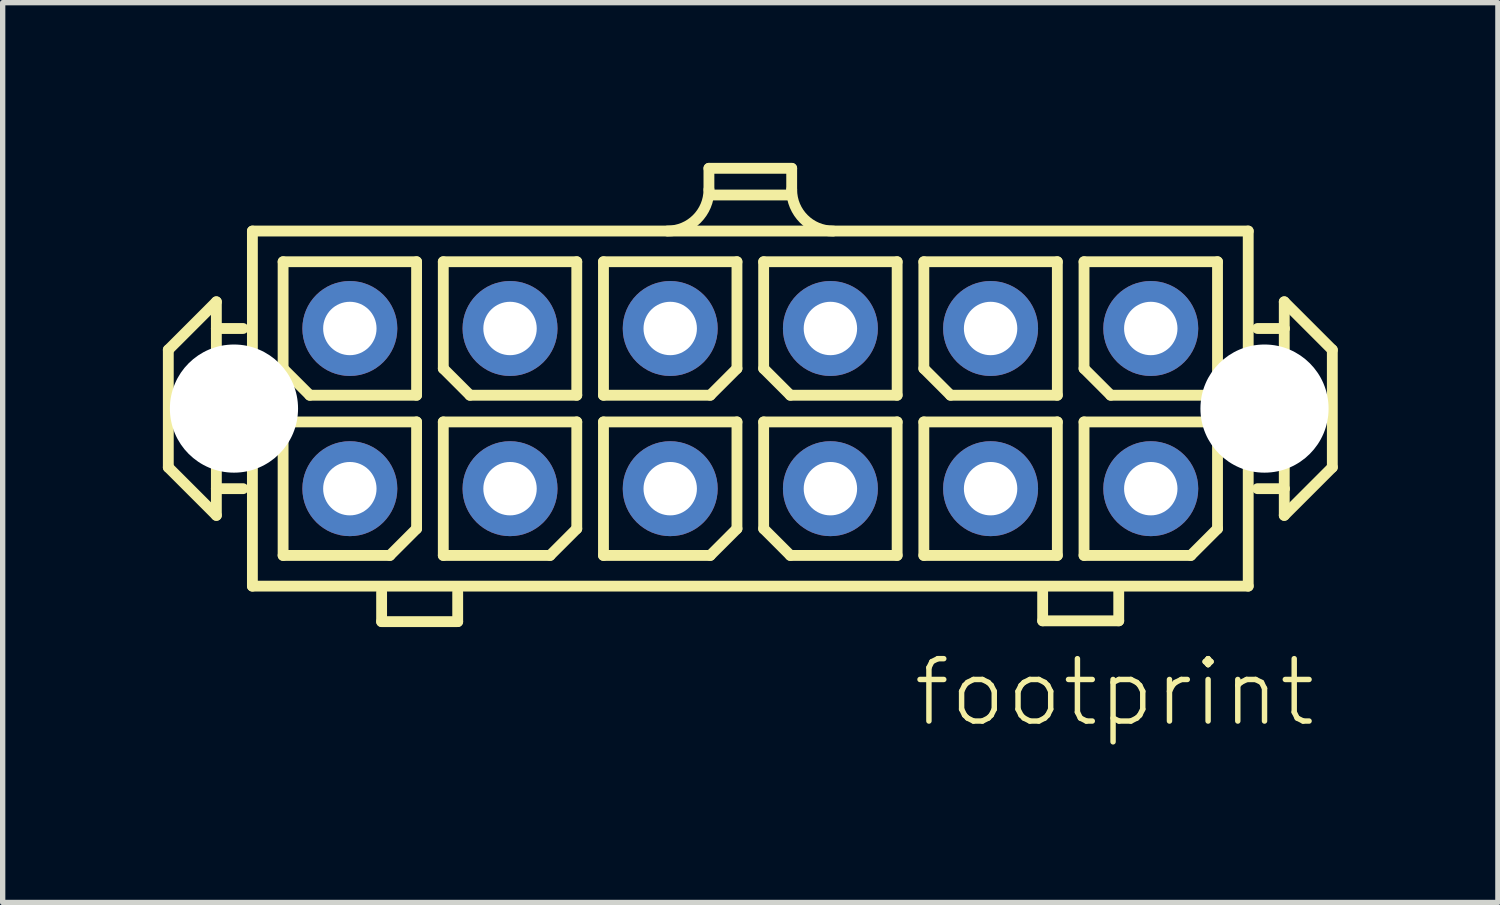
<source format=kicad_pcb>
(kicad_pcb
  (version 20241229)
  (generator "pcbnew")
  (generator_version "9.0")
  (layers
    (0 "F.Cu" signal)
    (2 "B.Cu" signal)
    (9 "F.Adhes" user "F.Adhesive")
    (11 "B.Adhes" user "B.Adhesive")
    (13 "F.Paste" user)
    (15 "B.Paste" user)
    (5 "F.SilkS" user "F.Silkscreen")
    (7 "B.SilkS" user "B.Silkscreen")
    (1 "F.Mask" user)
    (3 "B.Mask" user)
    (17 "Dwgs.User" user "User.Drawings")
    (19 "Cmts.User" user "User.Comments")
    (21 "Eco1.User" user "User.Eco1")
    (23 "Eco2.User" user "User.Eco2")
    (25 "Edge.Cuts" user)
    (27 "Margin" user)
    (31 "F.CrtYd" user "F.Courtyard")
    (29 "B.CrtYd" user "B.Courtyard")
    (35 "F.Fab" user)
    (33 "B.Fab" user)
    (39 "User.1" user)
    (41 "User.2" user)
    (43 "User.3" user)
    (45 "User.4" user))
  (footprint "footprint"
    (layer "F.Cu")
    (at 11.002 4.602)
    (property "Reference" "footprint" (at 3 6 0) (layer "F.SilkS") (effects (font (size 1.168 1.168) (thickness 0.102)) (justify left bottom)))
    (fp_line (start -10.9 -1.1) (end -10 -2) (stroke (width 0.203) (type solid)) (layer "F.SilkS"))
    (fp_line (start -10.9 1.1) (end -10.9 -1.1) (stroke (width 0.203) (type solid)) (layer "F.SilkS"))
    (fp_line (start -10 -2) (end -10 -1.5) (stroke (width 0.203) (type solid)) (layer "F.SilkS"))
    (fp_line (start -10 -1.5) (end -10 1.5) (stroke (width 0.203) (type solid)) (layer "F.SilkS"))
    (fp_line (start -10 -1.5) (end -9.5 -1.5) (stroke (width 0.203) (type solid)) (layer "F.SilkS"))
    (fp_line (start -10 1.5) (end -10 2) (stroke (width 0.203) (type solid)) (layer "F.SilkS"))
    (fp_line (start -10 1.5) (end -9.5 1.5) (stroke (width 0.203) (type solid)) (layer "F.SilkS"))
    (fp_line (start -10 2) (end -10.9 1.1) (stroke (width 0.203) (type solid)) (layer "F.SilkS"))
    (fp_line (start -9.325 -3.325) (end 9.325 -3.325) (stroke (width 0.203) (type solid)) (layer "F.SilkS"))
    (fp_line (start -9.325 3.325) (end -9.325 -3.325) (stroke (width 0.203) (type solid)) (layer "F.SilkS"))
    (fp_line (start -8.75 -2.75) (end -8.75 -0.75) (stroke (width 0.203) (type solid)) (layer "F.SilkS"))
    (fp_line (start -8.75 0.25) (end -8.75 2.75) (stroke (width 0.203) (type solid)) (layer "F.SilkS"))
    (fp_line (start -8.75 0.25) (end -6.25 0.25) (stroke (width 0.203) (type solid)) (layer "F.SilkS"))
    (fp_line (start -8.75 2.75) (end -6.75 2.75) (stroke (width 0.203) (type solid)) (layer "F.SilkS"))
    (fp_line (start -8.25 -0.25) (end -8.75 -0.75) (stroke (width 0.203) (type solid)) (layer "F.SilkS"))
    (fp_line (start -8.25 -0.25) (end -6.25 -0.25) (stroke (width 0.203) (type solid)) (layer "F.SilkS"))
    (fp_line (start -6.905 3.99) (end -6.905 3.44) (stroke (width 0.203) (type solid)) (layer "F.SilkS"))
    (fp_line (start -6.75 2.75) (end -6.25 2.25) (stroke (width 0.203) (type solid)) (layer "F.SilkS"))
    (fp_line (start -6.25 -2.75) (end -8.75 -2.75) (stroke (width 0.203) (type solid)) (layer "F.SilkS"))
    (fp_line (start -6.25 -2.75) (end -6.25 -0.25) (stroke (width 0.203) (type solid)) (layer "F.SilkS"))
    (fp_line (start -6.25 0.25) (end -6.25 2.25) (stroke (width 0.203) (type solid)) (layer "F.SilkS"))
    (fp_line (start -5.75 -2.75) (end -5.75 -0.75) (stroke (width 0.203) (type solid)) (layer "F.SilkS"))
    (fp_line (start -5.75 0.25) (end -5.75 2.75) (stroke (width 0.203) (type solid)) (layer "F.SilkS"))
    (fp_line (start -5.75 0.25) (end -3.25 0.25) (stroke (width 0.203) (type solid)) (layer "F.SilkS"))
    (fp_line (start -5.75 2.75) (end -3.75 2.75) (stroke (width 0.203) (type solid)) (layer "F.SilkS"))
    (fp_line (start -5.48 3.99) (end -6.905 3.99) (stroke (width 0.203) (type solid)) (layer "F.SilkS"))
    (fp_line (start -5.48 3.99) (end -5.48 3.44) (stroke (width 0.203) (type solid)) (layer "F.SilkS"))
    (fp_line (start -5.25 -0.25) (end -5.75 -0.75) (stroke (width 0.203) (type solid)) (layer "F.SilkS"))
    (fp_line (start -5.25 -0.25) (end -3.25 -0.25) (stroke (width 0.203) (type solid)) (layer "F.SilkS"))
    (fp_line (start -3.75 2.75) (end -3.25 2.25) (stroke (width 0.203) (type solid)) (layer "F.SilkS"))
    (fp_line (start -3.25 -2.75) (end -5.75 -2.75) (stroke (width 0.203) (type solid)) (layer "F.SilkS"))
    (fp_line (start -3.25 -2.75) (end -3.25 -0.25) (stroke (width 0.203) (type solid)) (layer "F.SilkS"))
    (fp_line (start -3.25 0.25) (end -3.25 2.25) (stroke (width 0.203) (type solid)) (layer "F.SilkS"))
    (fp_line (start -2.75 -2.75) (end -2.75 -0.25) (stroke (width 0.203) (type solid)) (layer "F.SilkS"))
    (fp_line (start -2.75 -0.25) (end -0.75 -0.25) (stroke (width 0.203) (type solid)) (layer "F.SilkS"))
    (fp_line (start -2.75 0.25) (end -2.75 2.75) (stroke (width 0.203) (type solid)) (layer "F.SilkS"))
    (fp_line (start -2.75 0.25) (end -0.25 0.25) (stroke (width 0.203) (type solid)) (layer "F.SilkS"))
    (fp_line (start -2.75 2.75) (end -0.75 2.75) (stroke (width 0.203) (type solid)) (layer "F.SilkS"))
    (fp_line (start -0.775 -4.5) (end 0.775 -4.5) (stroke (width 0.203) (type solid)) (layer "F.SilkS"))
    (fp_line (start -0.775 -4.1) (end -0.775 -4.5) (stroke (width 0.203) (type solid)) (layer "F.SilkS"))
    (fp_line (start -0.75 -0.25) (end -0.25 -0.75) (stroke (width 0.203) (type solid)) (layer "F.SilkS"))
    (fp_line (start -0.75 2.75) (end -0.25 2.25) (stroke (width 0.203) (type solid)) (layer "F.SilkS"))
    (fp_line (start -0.25 -2.75) (end -2.75 -2.75) (stroke (width 0.203) (type solid)) (layer "F.SilkS"))
    (fp_line (start -0.25 -2.75) (end -0.25 -0.75) (stroke (width 0.203) (type solid)) (layer "F.SilkS"))
    (fp_line (start -0.25 0.25) (end -0.25 2.25) (stroke (width 0.203) (type solid)) (layer "F.SilkS"))
    (fp_line (start 0.25 -2.75) (end 0.25 -0.75) (stroke (width 0.203) (type solid)) (layer "F.SilkS"))
    (fp_line (start 0.25 0.25) (end 0.25 2.25) (stroke (width 0.203) (type solid)) (layer "F.SilkS"))
    (fp_line (start 0.25 0.25) (end 2.75 0.25) (stroke (width 0.203) (type solid)) (layer "F.SilkS"))
    (fp_line (start 0.75 -4) (end -0.75 -4) (stroke (width 0.203) (type solid)) (layer "F.SilkS"))
    (fp_line (start 0.75 -0.25) (end 0.25 -0.75) (stroke (width 0.203) (type solid)) (layer "F.SilkS"))
    (fp_line (start 0.75 -0.25) (end 2.75 -0.25) (stroke (width 0.203) (type solid)) (layer "F.SilkS"))
    (fp_line (start 0.75 2.75) (end 0.25 2.25) (stroke (width 0.203) (type solid)) (layer "F.SilkS"))
    (fp_line (start 0.75 2.75) (end 2.75 2.75) (stroke (width 0.203) (type solid)) (layer "F.SilkS"))
    (fp_line (start 0.775 -4.1) (end 0.775 -4.5) (stroke (width 0.203) (type solid)) (layer "F.SilkS"))
    (fp_line (start 2.75 -2.75) (end 0.25 -2.75) (stroke (width 0.203) (type solid)) (layer "F.SilkS"))
    (fp_line (start 2.75 -2.75) (end 2.75 -0.25) (stroke (width 0.203) (type solid)) (layer "F.SilkS"))
    (fp_line (start 2.75 0.25) (end 2.75 2.75) (stroke (width 0.203) (type solid)) (layer "F.SilkS"))
    (fp_line (start 3.25 -2.75) (end 3.25 -0.75) (stroke (width 0.203) (type solid)) (layer "F.SilkS"))
    (fp_line (start 3.25 0.25) (end 3.25 2.75) (stroke (width 0.203) (type solid)) (layer "F.SilkS"))
    (fp_line (start 3.25 0.25) (end 5.75 0.25) (stroke (width 0.203) (type solid)) (layer "F.SilkS"))
    (fp_line (start 3.25 2.75) (end 5.75 2.75) (stroke (width 0.203) (type solid)) (layer "F.SilkS"))
    (fp_line (start 3.75 -0.25) (end 3.25 -0.75) (stroke (width 0.203) (type solid)) (layer "F.SilkS"))
    (fp_line (start 3.75 -0.25) (end 5.75 -0.25) (stroke (width 0.203) (type solid)) (layer "F.SilkS"))
    (fp_line (start 5.475 3.975) (end 5.475 3.425) (stroke (width 0.203) (type solid)) (layer "F.SilkS"))
    (fp_line (start 5.75 -2.75) (end 3.25 -2.75) (stroke (width 0.203) (type solid)) (layer "F.SilkS"))
    (fp_line (start 5.75 -2.75) (end 5.75 -0.25) (stroke (width 0.203) (type solid)) (layer "F.SilkS"))
    (fp_line (start 5.75 0.25) (end 5.75 2.75) (stroke (width 0.203) (type solid)) (layer "F.SilkS"))
    (fp_line (start 6.25 -2.75) (end 6.25 -0.75) (stroke (width 0.203) (type solid)) (layer "F.SilkS"))
    (fp_line (start 6.25 0.25) (end 6.25 2.75) (stroke (width 0.203) (type solid)) (layer "F.SilkS"))
    (fp_line (start 6.25 0.25) (end 8.75 0.25) (stroke (width 0.203) (type solid)) (layer "F.SilkS"))
    (fp_line (start 6.25 2.75) (end 8.25 2.75) (stroke (width 0.203) (type solid)) (layer "F.SilkS"))
    (fp_line (start 6.75 -0.25) (end 6.25 -0.75) (stroke (width 0.203) (type solid)) (layer "F.SilkS"))
    (fp_line (start 6.75 -0.25) (end 8.75 -0.25) (stroke (width 0.203) (type solid)) (layer "F.SilkS"))
    (fp_line (start 6.9 3.975) (end 5.475 3.975) (stroke (width 0.203) (type solid)) (layer "F.SilkS"))
    (fp_line (start 6.9 3.975) (end 6.9 3.425) (stroke (width 0.203) (type solid)) (layer "F.SilkS"))
    (fp_line (start 8.25 2.75) (end 8.75 2.25) (stroke (width 0.203) (type solid)) (layer "F.SilkS"))
    (fp_line (start 8.75 -2.75) (end 6.25 -2.75) (stroke (width 0.203) (type solid)) (layer "F.SilkS"))
    (fp_line (start 8.75 -0.25) (end 8.75 -2.75) (stroke (width 0.203) (type solid)) (layer "F.SilkS"))
    (fp_line (start 8.75 2.25) (end 8.75 0.25) (stroke (width 0.203) (type solid)) (layer "F.SilkS"))
    (fp_line (start 9.325 -3.325) (end 9.325 3.325) (stroke (width 0.203) (type solid)) (layer "F.SilkS"))
    (fp_line (start 9.325 3.325) (end -9.325 3.325) (stroke (width 0.203) (type solid)) (layer "F.SilkS"))
    (fp_line (start 10 -2) (end 10 -1.5) (stroke (width 0.203) (type solid)) (layer "F.SilkS"))
    (fp_line (start 10 -2) (end 10.9 -1.1) (stroke (width 0.203) (type solid)) (layer "F.SilkS"))
    (fp_line (start 10 -1.5) (end 9.5 -1.5) (stroke (width 0.203) (type solid)) (layer "F.SilkS"))
    (fp_line (start 10 -1.5) (end 10 1.5) (stroke (width 0.203) (type solid)) (layer "F.SilkS"))
    (fp_line (start 10 1.5) (end 9.5 1.5) (stroke (width 0.203) (type solid)) (layer "F.SilkS"))
    (fp_line (start 10 1.5) (end 10 2) (stroke (width 0.203) (type solid)) (layer "F.SilkS"))
    (fp_line (start 10.9 -1.1) (end 10.9 1.1) (stroke (width 0.203) (type solid)) (layer "F.SilkS"))
    (fp_line (start 10.9 1.1) (end 10 2) (stroke (width 0.203) (type solid)) (layer "F.SilkS"))
    (fp_arc (start -0.775 -4.1) (mid -1.001992 -3.551992) (end -1.55 -3.325) (stroke (width 0.2032) (type solid)) (layer "F.SilkS"))
    (fp_arc (start 1.55 -3.325) (mid 1.001992 -3.551992) (end 0.775 -4.1) (stroke (width 0.2032) (type solid)) (layer "F.SilkS"))
    (pad "" np_thru_hole circle (at -9.67 0) (size 2.4 2.4) (drill 2.4) (layers "*.Cu" "*.Mask"))
    (pad "" np_thru_hole circle (at 9.63 0) (size 2.4 2.4) (drill 2.4) (layers "*.Cu" "*.Mask"))
    (pad "1" thru_hole circle (at 7.5 1.5) (size 1.778 1.778) (drill 1) (layers "*.Cu" "*.Mask"))
    (pad "2" thru_hole circle (at 7.5 -1.5) (size 1.778 1.778) (drill 1) (layers "*.Cu" "*.Mask"))
    (pad "3" thru_hole circle (at 4.5 1.5) (size 1.778 1.778) (drill 1) (layers "*.Cu" "*.Mask"))
    (pad "4" thru_hole circle (at 4.5 -1.5) (size 1.778 1.778) (drill 1) (layers "*.Cu" "*.Mask"))
    (pad "5" thru_hole circle (at 1.5 1.5) (size 1.778 1.778) (drill 1) (layers "*.Cu" "*.Mask"))
    (pad "6" thru_hole circle (at 1.5 -1.5) (size 1.778 1.778) (drill 1) (layers "*.Cu" "*.Mask"))
    (pad "7" thru_hole circle (at -1.5 1.5) (size 1.778 1.778) (drill 1) (layers "*.Cu" "*.Mask"))
    (pad "8" thru_hole circle (at -1.5 -1.5) (size 1.778 1.778) (drill 1) (layers "*.Cu" "*.Mask"))
    (pad "9" thru_hole circle (at -4.5 1.5) (size 1.778 1.778) (drill 1) (layers "*.Cu" "*.Mask"))
    (pad "10" thru_hole circle (at -4.5 -1.5) (size 1.778 1.778) (drill 1) (layers "*.Cu" "*.Mask"))
    (pad "11" thru_hole circle (at -7.5 1.5) (size 1.778 1.778) (drill 1) (layers "*.Cu" "*.Mask"))
    (pad "12" thru_hole circle (at -7.5 -1.5) (size 1.778 1.778) (drill 1) (layers "*.Cu" "*.Mask")))
  (gr_rect
    (start -3 -3)
    (end 25.003 13.852)
    (stroke (width 0.1) (type default))
    (fill no)
    (layer "Edge.Cuts")))
</source>
